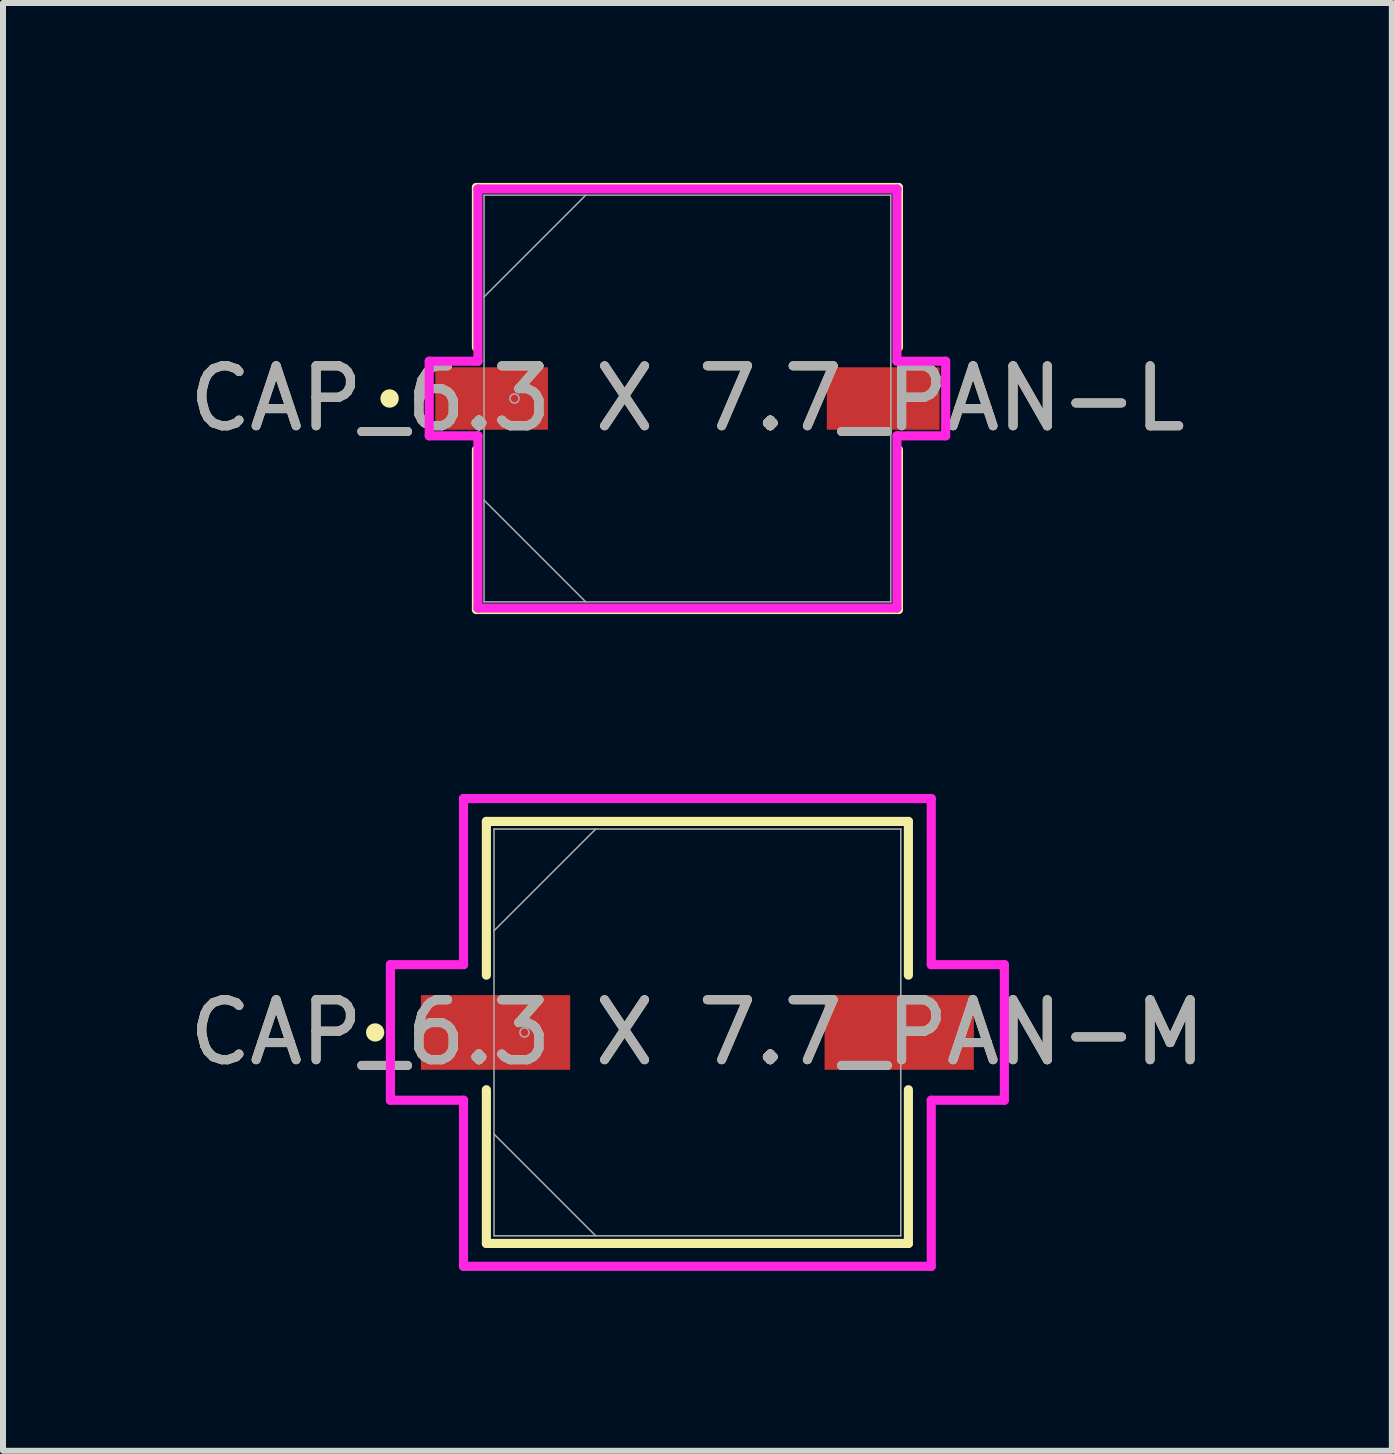
<source format=kicad_pcb>
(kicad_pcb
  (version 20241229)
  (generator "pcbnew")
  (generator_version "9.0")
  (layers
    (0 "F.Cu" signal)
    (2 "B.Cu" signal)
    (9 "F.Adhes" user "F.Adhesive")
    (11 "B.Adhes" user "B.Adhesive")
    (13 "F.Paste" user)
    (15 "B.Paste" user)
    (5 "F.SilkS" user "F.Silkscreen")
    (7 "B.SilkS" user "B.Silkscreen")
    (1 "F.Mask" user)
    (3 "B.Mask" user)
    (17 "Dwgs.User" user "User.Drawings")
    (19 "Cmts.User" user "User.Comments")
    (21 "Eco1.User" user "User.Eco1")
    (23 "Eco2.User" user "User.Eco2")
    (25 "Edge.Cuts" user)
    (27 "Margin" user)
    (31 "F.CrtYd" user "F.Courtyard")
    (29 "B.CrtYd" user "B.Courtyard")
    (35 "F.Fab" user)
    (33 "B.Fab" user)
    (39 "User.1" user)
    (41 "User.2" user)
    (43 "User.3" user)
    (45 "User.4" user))
  (footprint "CAP_6.3 X 7.7_PAN-M"
    (layer "F.Cu")
    (at 8.577 14.163)
    (property "Reference" "CAP_6.3 X 7.7_PAN-M" (at 0 0 0) (unlocked yes) (layer "F.SilkS") (effects (font (size 1 1) (thickness 0.15))))
    (attr smd)
    (fp_line (start -3.518 -3.518) (end -3.518 -0.955) (stroke (width 0.152) (type solid)) (layer "F.SilkS"))
    (fp_line (start -3.518 0.955) (end -3.518 3.518) (stroke (width 0.152) (type solid)) (layer "F.SilkS"))
    (fp_line (start -3.518 3.518) (end 3.518 3.518) (stroke (width 0.152) (type solid)) (layer "F.SilkS"))
    (fp_line (start 3.518 -3.518) (end -3.518 -3.518) (stroke (width 0.152) (type solid)) (layer "F.SilkS"))
    (fp_line (start 3.518 -0.955) (end 3.518 -3.518) (stroke (width 0.152) (type solid)) (layer "F.SilkS"))
    (fp_line (start 3.518 3.518) (end 3.518 0.955) (stroke (width 0.152) (type solid)) (layer "F.SilkS"))
    (fp_circle (center -5.372 0) (end -5.296 0) (stroke (width 0.152) (type solid)) (fill no) (layer "F.SilkS"))
    (fp_line (start -5.118 -1.13) (end -3.899 -1.13) (stroke (width 0.152) (type solid)) (layer "F.CrtYd"))
    (fp_line (start -5.118 1.13) (end -5.118 -1.13) (stroke (width 0.152) (type solid)) (layer "F.CrtYd"))
    (fp_line (start -3.899 -3.899) (end 3.899 -3.899) (stroke (width 0.152) (type solid)) (layer "F.CrtYd"))
    (fp_line (start -3.899 -1.13) (end -3.899 -3.899) (stroke (width 0.152) (type solid)) (layer "F.CrtYd"))
    (fp_line (start -3.899 1.13) (end -5.118 1.13) (stroke (width 0.152) (type solid)) (layer "F.CrtYd"))
    (fp_line (start -3.899 3.899) (end -3.899 1.13) (stroke (width 0.152) (type solid)) (layer "F.CrtYd"))
    (fp_line (start 3.899 -3.899) (end 3.899 -1.13) (stroke (width 0.152) (type solid)) (layer "F.CrtYd"))
    (fp_line (start 3.899 -1.13) (end 5.118 -1.13) (stroke (width 0.152) (type solid)) (layer "F.CrtYd"))
    (fp_line (start 3.899 1.13) (end 3.899 3.899) (stroke (width 0.152) (type solid)) (layer "F.CrtYd"))
    (fp_line (start 3.899 3.899) (end -3.899 3.899) (stroke (width 0.152) (type solid)) (layer "F.CrtYd"))
    (fp_line (start 5.118 -1.13) (end 5.118 1.13) (stroke (width 0.152) (type solid)) (layer "F.CrtYd"))
    (fp_line (start 5.118 1.13) (end 3.899 1.13) (stroke (width 0.152) (type solid)) (layer "F.CrtYd"))
    (fp_line (start -3.391 -3.391) (end -3.391 3.391) (stroke (width 0.025) (type solid)) (layer "F.Fab"))
    (fp_line (start -3.391 -1.695) (end -1.695 -3.391) (stroke (width 0.025) (type solid)) (layer "F.Fab"))
    (fp_line (start -3.391 1.695) (end -1.695 3.391) (stroke (width 0.025) (type solid)) (layer "F.Fab"))
    (fp_line (start -3.391 3.391) (end 3.391 3.391) (stroke (width 0.025) (type solid)) (layer "F.Fab"))
    (fp_line (start 3.391 -3.391) (end -3.391 -3.391) (stroke (width 0.025) (type solid)) (layer "F.Fab"))
    (fp_line (start 3.391 3.391) (end 3.391 -3.391) (stroke (width 0.025) (type solid)) (layer "F.Fab"))
    (fp_circle (center -2.883 0) (end -2.807 0) (stroke (width 0.025) (type solid)) (fill no) (layer "F.Fab"))
    (fp_text user "${REFERENCE}" (at 0 0 0) (unlocked yes) (layer "F.Fab") (effects (font (size 1 1) (thickness 0.15))))
    (pad "1" smd rect (at -3.365 0) (size 2.489 1.245) (layers "F.Cu" "F.Mask" "F.Paste"))
    (pad "2" smd rect (at 3.365 0) (size 2.489 1.245) (layers "F.Cu" "F.Mask" "F.Paste"))
    (zone (net_name "") (layer "F.Cu") (hatch full 0.508) (connect_pads) (min_thickness 0.254) (filled_areas_thickness no) (keepout (tracks not_allowed) (vias not_allowed) (pads allowed) (copperpour not_allowed) (footprints allowed)) (placement (enabled no)) (fill) (polygon (pts (xy 5.237 10.823) (xy 11.917 10.823) (xy 11.917 13.49) (xy 5.237 13.49))))
    (zone (net_name "") (layer "F.Cu") (hatch full 0.508) (connect_pads) (min_thickness 0.254) (filled_areas_thickness no) (keepout (tracks not_allowed) (vias not_allowed) (pads allowed) (copperpour not_allowed) (footprints allowed)) (placement (enabled no)) (fill) (polygon (pts (xy 5.237 14.836) (xy 11.917 14.836) (xy 11.917 17.503) (xy 5.237 17.503))))
    (zone (net_name "") (layer "F.Cu") (hatch full 0.508) (connect_pads) (min_thickness 0.254) (filled_areas_thickness no) (keepout (tracks not_allowed) (vias not_allowed) (pads allowed) (copperpour not_allowed) (footprints allowed)) (placement (enabled no)) (fill) (polygon (pts (xy 6.507 13.49) (xy 10.647 13.49) (xy 10.647 14.836) (xy 6.507 14.836)))))
  (footprint "CAP_6.3 X 7.7_PAN-L"
    (layer "F.Cu")
    (at 8.411 3.594)
    (property "Reference" "CAP_6.3 X 7.7_PAN-L" (at 0 0 0) (unlocked yes) (layer "F.SilkS") (effects (font (size 1 1) (thickness 0.15))))
    (attr smd)
    (fp_line (start -3.518 -3.518) (end -3.518 -0.853) (stroke (width 0.152) (type solid)) (layer "F.SilkS"))
    (fp_line (start -3.518 0.853) (end -3.518 3.518) (stroke (width 0.152) (type solid)) (layer "F.SilkS"))
    (fp_line (start -3.518 3.518) (end 3.518 3.518) (stroke (width 0.152) (type solid)) (layer "F.SilkS"))
    (fp_line (start 3.518 -3.518) (end -3.518 -3.518) (stroke (width 0.152) (type solid)) (layer "F.SilkS"))
    (fp_line (start 3.518 -0.853) (end 3.518 -3.518) (stroke (width 0.152) (type solid)) (layer "F.SilkS"))
    (fp_line (start 3.518 3.518) (end 3.518 0.853) (stroke (width 0.152) (type solid)) (layer "F.SilkS"))
    (fp_circle (center -4.966 0) (end -4.889 0) (stroke (width 0.152) (type solid)) (fill no) (layer "F.SilkS"))
    (fp_line (start -4.305 -0.622) (end -3.493 -0.622) (stroke (width 0.152) (type solid)) (layer "F.CrtYd"))
    (fp_line (start -4.305 0.622) (end -4.305 -0.622) (stroke (width 0.152) (type solid)) (layer "F.CrtYd"))
    (fp_line (start -3.493 -3.493) (end 3.493 -3.493) (stroke (width 0.152) (type solid)) (layer "F.CrtYd"))
    (fp_line (start -3.493 -0.622) (end -3.493 -3.493) (stroke (width 0.152) (type solid)) (layer "F.CrtYd"))
    (fp_line (start -3.493 0.622) (end -4.305 0.622) (stroke (width 0.152) (type solid)) (layer "F.CrtYd"))
    (fp_line (start -3.493 3.493) (end -3.493 0.622) (stroke (width 0.152) (type solid)) (layer "F.CrtYd"))
    (fp_line (start 3.493 -3.493) (end 3.493 -0.622) (stroke (width 0.152) (type solid)) (layer "F.CrtYd"))
    (fp_line (start 3.493 -0.622) (end 4.305 -0.622) (stroke (width 0.152) (type solid)) (layer "F.CrtYd"))
    (fp_line (start 3.493 0.622) (end 3.493 3.493) (stroke (width 0.152) (type solid)) (layer "F.CrtYd"))
    (fp_line (start 3.493 3.493) (end -3.493 3.493) (stroke (width 0.152) (type solid)) (layer "F.CrtYd"))
    (fp_line (start 4.305 -0.622) (end 4.305 0.622) (stroke (width 0.152) (type solid)) (layer "F.CrtYd"))
    (fp_line (start 4.305 0.622) (end 3.493 0.622) (stroke (width 0.152) (type solid)) (layer "F.CrtYd"))
    (fp_line (start -3.391 -3.391) (end -3.391 3.391) (stroke (width 0.025) (type solid)) (layer "F.Fab"))
    (fp_line (start -3.391 -1.695) (end -1.695 -3.391) (stroke (width 0.025) (type solid)) (layer "F.Fab"))
    (fp_line (start -3.391 1.695) (end -1.695 3.391) (stroke (width 0.025) (type solid)) (layer "F.Fab"))
    (fp_line (start -3.391 3.391) (end 3.391 3.391) (stroke (width 0.025) (type solid)) (layer "F.Fab"))
    (fp_line (start 3.391 -3.391) (end -3.391 -3.391) (stroke (width 0.025) (type solid)) (layer "F.Fab"))
    (fp_line (start 3.391 3.391) (end 3.391 -3.391) (stroke (width 0.025) (type solid)) (layer "F.Fab"))
    (fp_circle (center -2.883 0) (end -2.807 0) (stroke (width 0.025) (type solid)) (fill no) (layer "F.Fab"))
    (fp_text user "${REFERENCE}" (at 0 0 0) (unlocked yes) (layer "F.Fab") (effects (font (size 1 1) (thickness 0.15))))
    (pad "1" smd rect (at -3.264 0) (size 1.88 1.041) (layers "F.Cu" "F.Mask" "F.Paste"))
    (pad "2" smd rect (at 3.264 0) (size 1.88 1.041) (layers "F.Cu" "F.Mask" "F.Paste"))
    (zone (net_name "") (layer "F.Cu") (hatch full 0.508) (connect_pads) (min_thickness 0.254) (filled_areas_thickness no) (keepout (tracks not_allowed) (vias not_allowed) (pads allowed) (copperpour not_allowed) (footprints allowed)) (placement (enabled no)) (fill) (polygon (pts (xy 5.071 0.254) (xy 11.751 0.254) (xy 11.751 3.023) (xy 5.071 3.023))))
    (zone (net_name "") (layer "F.Cu") (hatch full 0.508) (connect_pads) (min_thickness 0.254) (filled_areas_thickness no) (keepout (tracks not_allowed) (vias not_allowed) (pads allowed) (copperpour not_allowed) (footprints allowed)) (placement (enabled no)) (fill) (polygon (pts (xy 5.071 4.166) (xy 11.751 4.166) (xy 11.751 6.934) (xy 5.071 6.934))))
    (zone (net_name "") (layer "F.Cu") (hatch full 0.508) (connect_pads) (min_thickness 0.254) (filled_areas_thickness no) (keepout (tracks not_allowed) (vias not_allowed) (pads allowed) (copperpour not_allowed) (footprints allowed)) (placement (enabled no)) (fill) (polygon (pts (xy 6.137 3.023) (xy 10.684 3.023) (xy 10.684 4.166) (xy 6.137 4.166)))))
  (gr_rect
    (start -3 -3)
    (end 20.155 21.138)
    (stroke (width 0.1) (type default))
    (fill no)
    (layer "Edge.Cuts")))
</source>
